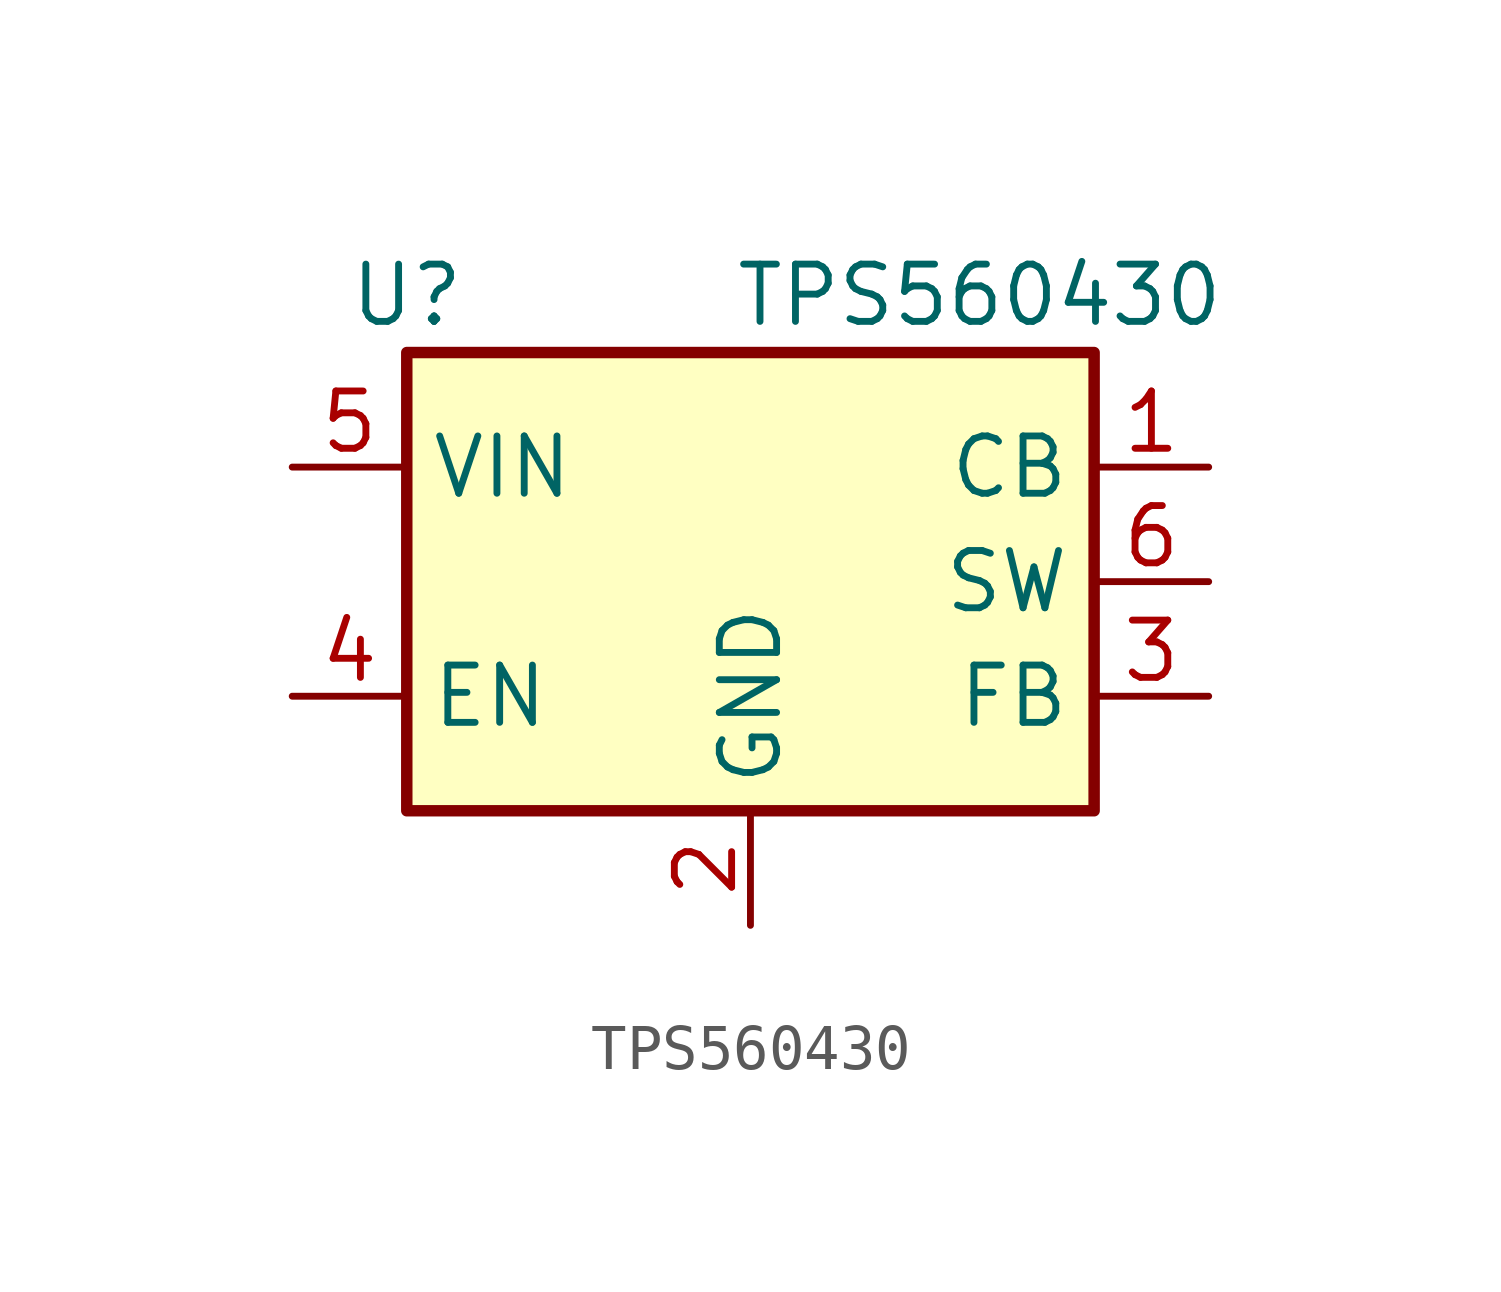
<source format=kicad_sym>
(kicad_symbol_lib
  (version 20231120)
  (generator "kicad_symbol_editor")
  (generator_version "8.0")
  (symbol "TPS560430"
    (property "Reference" "U"
      (at -7.62 6.35 0)
      (effects (font (size 1.27 1.27))))
    (property "Value" "TPS560430"
      (at 5.08 6.35 0)
      (effects (font (size 1.27 1.27))))
    (symbol "TPS560430_0_1"
      (rectangle (start -7.62 5.08) (end 7.62 -5.08) (stroke (width 0.254) (type default)) (fill (type background))))
    (symbol "TPS560430_1_1"
      (pin input line (at 10.16 2.54 180) (length 2.54) (name "CB" (effects (font (size 1.27 1.27)))) (number "1" (effects (font (size 1.27 1.27)))))
      (pin power_in line (at 0 -7.62 90) (length 2.54) (name "GND" (effects (font (size 1.27 1.27)))) (number "2" (effects (font (size 1.27 1.27)))))
      (pin input line (at 10.16 -2.54 180) (length 2.54) (name "FB" (effects (font (size 1.27 1.27)))) (number "3" (effects (font (size 1.27 1.27)))))
      (pin input line (at -10.16 -2.54 0) (length 2.54) (name "EN" (effects (font (size 1.27 1.27)))) (number "4" (effects (font (size 1.27 1.27)))))
      (pin power_in line (at -10.16 2.54 0) (length 2.54) (name "VIN" (effects (font (size 1.27 1.27)))) (number "5" (effects (font (size 1.27 1.27)))))
      (pin power_out line (at 10.16 0 180) (length 2.54) (name "SW" (effects (font (size 1.27 1.27)))) (number "6" (effects (font (size 1.27 1.27))))))))
</source>
